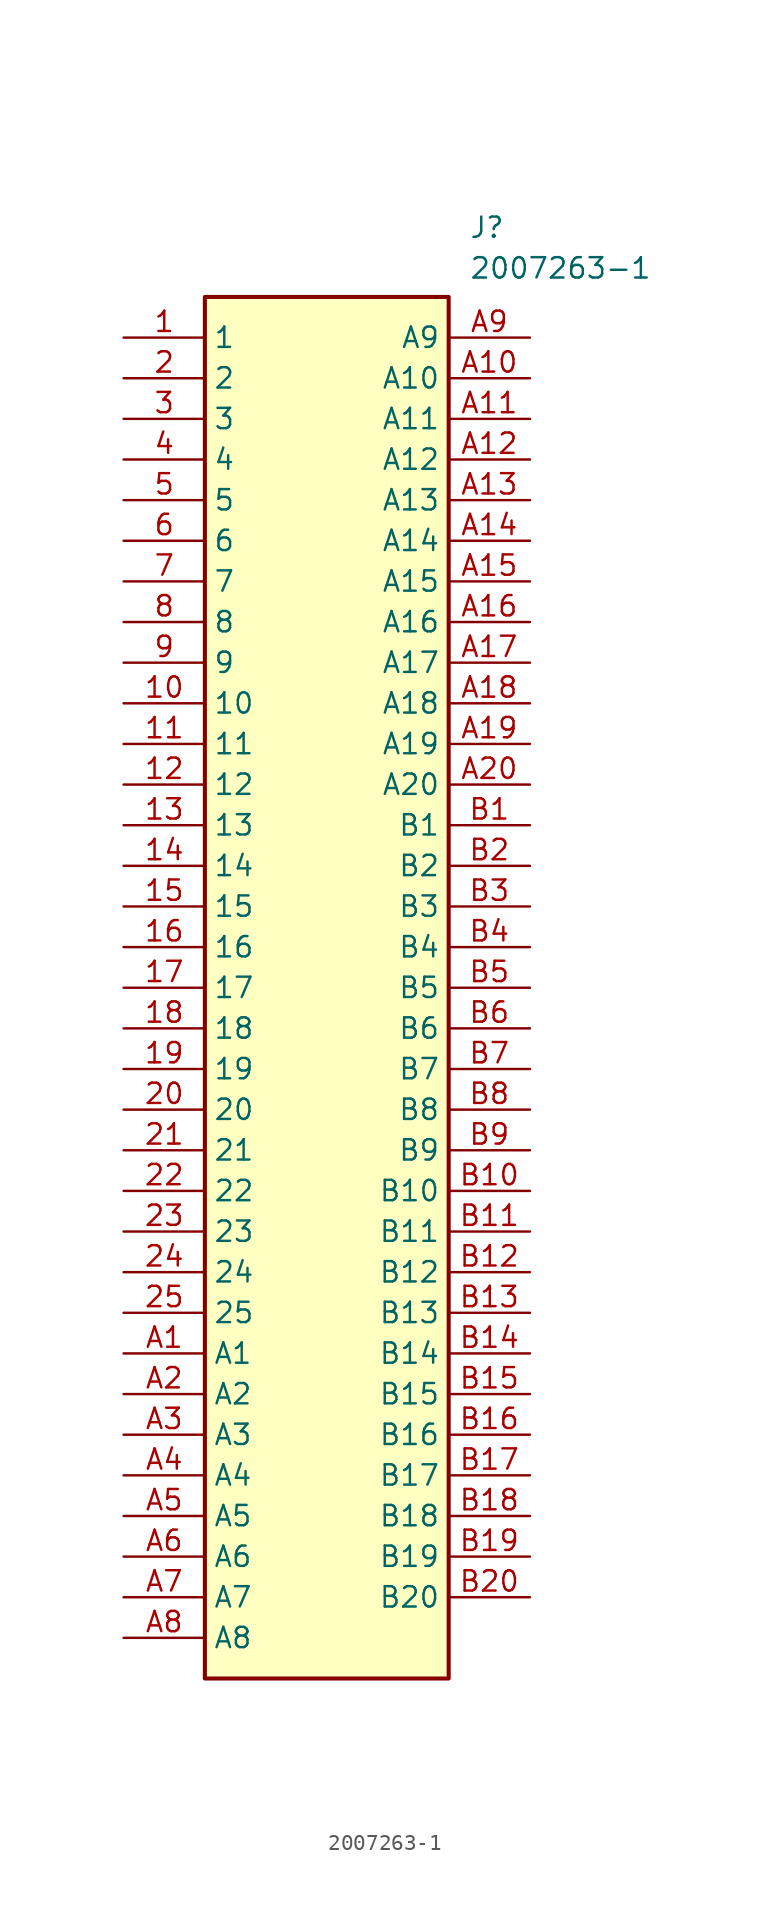
<source format=kicad_sym>
(kicad_symbol_lib
  (version 20211014)
  (generator SamacSys_ECAD_Model)
  (symbol "2007263-1"
    (property "Reference" "J"
      (at 21.59 7.62 0)
      (effects (font (size 1.27 1.27)) (justify left top)))
    (property "Value" "2007263-1"
      (at 21.59 5.08 0)
      (effects (font (size 1.27 1.27)) (justify left top)))
    (rectangle
      (start 5.08 2.54)
      (end 20.32 -83.82)
      (stroke (width 0.254) (type default))
      (fill (type background)))
    (pin passive line
      (at 0 0 0)
      (length 5.08)
      (name "1" (effects (font (size 1.27 1.27))))
      (number "1" (effects (font (size 1.27 1.27)))))
    (pin passive line
      (at 0 -2.54 0)
      (length 5.08)
      (name "2" (effects (font (size 1.27 1.27))))
      (number "2" (effects (font (size 1.27 1.27)))))
    (pin passive line
      (at 0 -5.08 0)
      (length 5.08)
      (name "3" (effects (font (size 1.27 1.27))))
      (number "3" (effects (font (size 1.27 1.27)))))
    (pin passive line
      (at 0 -7.62 0)
      (length 5.08)
      (name "4" (effects (font (size 1.27 1.27))))
      (number "4" (effects (font (size 1.27 1.27)))))
    (pin passive line
      (at 0 -10.16 0)
      (length 5.08)
      (name "5" (effects (font (size 1.27 1.27))))
      (number "5" (effects (font (size 1.27 1.27)))))
    (pin passive line
      (at 0 -12.7 0)
      (length 5.08)
      (name "6" (effects (font (size 1.27 1.27))))
      (number "6" (effects (font (size 1.27 1.27)))))
    (pin passive line
      (at 0 -15.24 0)
      (length 5.08)
      (name "7" (effects (font (size 1.27 1.27))))
      (number "7" (effects (font (size 1.27 1.27)))))
    (pin passive line
      (at 0 -17.78 0)
      (length 5.08)
      (name "8" (effects (font (size 1.27 1.27))))
      (number "8" (effects (font (size 1.27 1.27)))))
    (pin passive line
      (at 0 -20.32 0)
      (length 5.08)
      (name "9" (effects (font (size 1.27 1.27))))
      (number "9" (effects (font (size 1.27 1.27)))))
    (pin passive line
      (at 0 -22.86 0)
      (length 5.08)
      (name "10" (effects (font (size 1.27 1.27))))
      (number "10" (effects (font (size 1.27 1.27)))))
    (pin passive line
      (at 0 -25.4 0)
      (length 5.08)
      (name "11" (effects (font (size 1.27 1.27))))
      (number "11" (effects (font (size 1.27 1.27)))))
    (pin passive line
      (at 0 -27.94 0)
      (length 5.08)
      (name "12" (effects (font (size 1.27 1.27))))
      (number "12" (effects (font (size 1.27 1.27)))))
    (pin passive line
      (at 0 -30.48 0)
      (length 5.08)
      (name "13" (effects (font (size 1.27 1.27))))
      (number "13" (effects (font (size 1.27 1.27)))))
    (pin passive line
      (at 0 -33.02 0)
      (length 5.08)
      (name "14" (effects (font (size 1.27 1.27))))
      (number "14" (effects (font (size 1.27 1.27)))))
    (pin passive line
      (at 0 -35.56 0)
      (length 5.08)
      (name "15" (effects (font (size 1.27 1.27))))
      (number "15" (effects (font (size 1.27 1.27)))))
    (pin passive line
      (at 0 -38.1 0)
      (length 5.08)
      (name "16" (effects (font (size 1.27 1.27))))
      (number "16" (effects (font (size 1.27 1.27)))))
    (pin passive line
      (at 0 -40.64 0)
      (length 5.08)
      (name "17" (effects (font (size 1.27 1.27))))
      (number "17" (effects (font (size 1.27 1.27)))))
    (pin passive line
      (at 0 -43.18 0)
      (length 5.08)
      (name "18" (effects (font (size 1.27 1.27))))
      (number "18" (effects (font (size 1.27 1.27)))))
    (pin passive line
      (at 0 -45.72 0)
      (length 5.08)
      (name "19" (effects (font (size 1.27 1.27))))
      (number "19" (effects (font (size 1.27 1.27)))))
    (pin passive line
      (at 0 -48.26 0)
      (length 5.08)
      (name "20" (effects (font (size 1.27 1.27))))
      (number "20" (effects (font (size 1.27 1.27)))))
    (pin passive line
      (at 0 -50.8 0)
      (length 5.08)
      (name "21" (effects (font (size 1.27 1.27))))
      (number "21" (effects (font (size 1.27 1.27)))))
    (pin passive line
      (at 0 -53.34 0)
      (length 5.08)
      (name "22" (effects (font (size 1.27 1.27))))
      (number "22" (effects (font (size 1.27 1.27)))))
    (pin passive line
      (at 0 -55.88 0)
      (length 5.08)
      (name "23" (effects (font (size 1.27 1.27))))
      (number "23" (effects (font (size 1.27 1.27)))))
    (pin passive line
      (at 0 -58.42 0)
      (length 5.08)
      (name "24" (effects (font (size 1.27 1.27))))
      (number "24" (effects (font (size 1.27 1.27)))))
    (pin passive line
      (at 0 -60.96 0)
      (length 5.08)
      (name "25" (effects (font (size 1.27 1.27))))
      (number "25" (effects (font (size 1.27 1.27)))))
    (pin passive line
      (at 0 -63.5 0)
      (length 5.08)
      (name "A1" (effects (font (size 1.27 1.27))))
      (number "A1" (effects (font (size 1.27 1.27)))))
    (pin passive line
      (at 0 -66.04 0)
      (length 5.08)
      (name "A2" (effects (font (size 1.27 1.27))))
      (number "A2" (effects (font (size 1.27 1.27)))))
    (pin passive line
      (at 0 -68.58 0)
      (length 5.08)
      (name "A3" (effects (font (size 1.27 1.27))))
      (number "A3" (effects (font (size 1.27 1.27)))))
    (pin passive line
      (at 0 -71.12 0)
      (length 5.08)
      (name "A4" (effects (font (size 1.27 1.27))))
      (number "A4" (effects (font (size 1.27 1.27)))))
    (pin passive line
      (at 0 -73.66 0)
      (length 5.08)
      (name "A5" (effects (font (size 1.27 1.27))))
      (number "A5" (effects (font (size 1.27 1.27)))))
    (pin passive line
      (at 0 -76.2 0)
      (length 5.08)
      (name "A6" (effects (font (size 1.27 1.27))))
      (number "A6" (effects (font (size 1.27 1.27)))))
    (pin passive line
      (at 0 -78.74 0)
      (length 5.08)
      (name "A7" (effects (font (size 1.27 1.27))))
      (number "A7" (effects (font (size 1.27 1.27)))))
    (pin passive line
      (at 0 -81.28 0)
      (length 5.08)
      (name "A8" (effects (font (size 1.27 1.27))))
      (number "A8" (effects (font (size 1.27 1.27)))))
    (pin passive line
      (at 25.4 0 180)
      (length 5.08)
      (name "A9" (effects (font (size 1.27 1.27))))
      (number "A9" (effects (font (size 1.27 1.27)))))
    (pin passive line
      (at 25.4 -2.54 180)
      (length 5.08)
      (name "A10" (effects (font (size 1.27 1.27))))
      (number "A10" (effects (font (size 1.27 1.27)))))
    (pin passive line
      (at 25.4 -5.08 180)
      (length 5.08)
      (name "A11" (effects (font (size 1.27 1.27))))
      (number "A11" (effects (font (size 1.27 1.27)))))
    (pin passive line
      (at 25.4 -7.62 180)
      (length 5.08)
      (name "A12" (effects (font (size 1.27 1.27))))
      (number "A12" (effects (font (size 1.27 1.27)))))
    (pin passive line
      (at 25.4 -10.16 180)
      (length 5.08)
      (name "A13" (effects (font (size 1.27 1.27))))
      (number "A13" (effects (font (size 1.27 1.27)))))
    (pin passive line
      (at 25.4 -12.7 180)
      (length 5.08)
      (name "A14" (effects (font (size 1.27 1.27))))
      (number "A14" (effects (font (size 1.27 1.27)))))
    (pin passive line
      (at 25.4 -15.24 180)
      (length 5.08)
      (name "A15" (effects (font (size 1.27 1.27))))
      (number "A15" (effects (font (size 1.27 1.27)))))
    (pin passive line
      (at 25.4 -17.78 180)
      (length 5.08)
      (name "A16" (effects (font (size 1.27 1.27))))
      (number "A16" (effects (font (size 1.27 1.27)))))
    (pin passive line
      (at 25.4 -20.32 180)
      (length 5.08)
      (name "A17" (effects (font (size 1.27 1.27))))
      (number "A17" (effects (font (size 1.27 1.27)))))
    (pin passive line
      (at 25.4 -22.86 180)
      (length 5.08)
      (name "A18" (effects (font (size 1.27 1.27))))
      (number "A18" (effects (font (size 1.27 1.27)))))
    (pin passive line
      (at 25.4 -25.4 180)
      (length 5.08)
      (name "A19" (effects (font (size 1.27 1.27))))
      (number "A19" (effects (font (size 1.27 1.27)))))
    (pin passive line
      (at 25.4 -27.94 180)
      (length 5.08)
      (name "A20" (effects (font (size 1.27 1.27))))
      (number "A20" (effects (font (size 1.27 1.27)))))
    (pin passive line
      (at 25.4 -30.48 180)
      (length 5.08)
      (name "B1" (effects (font (size 1.27 1.27))))
      (number "B1" (effects (font (size 1.27 1.27)))))
    (pin passive line
      (at 25.4 -33.02 180)
      (length 5.08)
      (name "B2" (effects (font (size 1.27 1.27))))
      (number "B2" (effects (font (size 1.27 1.27)))))
    (pin passive line
      (at 25.4 -35.56 180)
      (length 5.08)
      (name "B3" (effects (font (size 1.27 1.27))))
      (number "B3" (effects (font (size 1.27 1.27)))))
    (pin passive line
      (at 25.4 -38.1 180)
      (length 5.08)
      (name "B4" (effects (font (size 1.27 1.27))))
      (number "B4" (effects (font (size 1.27 1.27)))))
    (pin passive line
      (at 25.4 -40.64 180)
      (length 5.08)
      (name "B5" (effects (font (size 1.27 1.27))))
      (number "B5" (effects (font (size 1.27 1.27)))))
    (pin passive line
      (at 25.4 -43.18 180)
      (length 5.08)
      (name "B6" (effects (font (size 1.27 1.27))))
      (number "B6" (effects (font (size 1.27 1.27)))))
    (pin passive line
      (at 25.4 -45.72 180)
      (length 5.08)
      (name "B7" (effects (font (size 1.27 1.27))))
      (number "B7" (effects (font (size 1.27 1.27)))))
    (pin passive line
      (at 25.4 -48.26 180)
      (length 5.08)
      (name "B8" (effects (font (size 1.27 1.27))))
      (number "B8" (effects (font (size 1.27 1.27)))))
    (pin passive line
      (at 25.4 -50.8 180)
      (length 5.08)
      (name "B9" (effects (font (size 1.27 1.27))))
      (number "B9" (effects (font (size 1.27 1.27)))))
    (pin passive line
      (at 25.4 -53.34 180)
      (length 5.08)
      (name "B10" (effects (font (size 1.27 1.27))))
      (number "B10" (effects (font (size 1.27 1.27)))))
    (pin passive line
      (at 25.4 -55.88 180)
      (length 5.08)
      (name "B11" (effects (font (size 1.27 1.27))))
      (number "B11" (effects (font (size 1.27 1.27)))))
    (pin passive line
      (at 25.4 -58.42 180)
      (length 5.08)
      (name "B12" (effects (font (size 1.27 1.27))))
      (number "B12" (effects (font (size 1.27 1.27)))))
    (pin passive line
      (at 25.4 -60.96 180)
      (length 5.08)
      (name "B13" (effects (font (size 1.27 1.27))))
      (number "B13" (effects (font (size 1.27 1.27)))))
    (pin passive line
      (at 25.4 -63.5 180)
      (length 5.08)
      (name "B14" (effects (font (size 1.27 1.27))))
      (number "B14" (effects (font (size 1.27 1.27)))))
    (pin passive line
      (at 25.4 -66.04 180)
      (length 5.08)
      (name "B15" (effects (font (size 1.27 1.27))))
      (number "B15" (effects (font (size 1.27 1.27)))))
    (pin passive line
      (at 25.4 -68.58 180)
      (length 5.08)
      (name "B16" (effects (font (size 1.27 1.27))))
      (number "B16" (effects (font (size 1.27 1.27)))))
    (pin passive line
      (at 25.4 -71.12 180)
      (length 5.08)
      (name "B17" (effects (font (size 1.27 1.27))))
      (number "B17" (effects (font (size 1.27 1.27)))))
    (pin passive line
      (at 25.4 -73.66 180)
      (length 5.08)
      (name "B18" (effects (font (size 1.27 1.27))))
      (number "B18" (effects (font (size 1.27 1.27)))))
    (pin passive line
      (at 25.4 -76.2 180)
      (length 5.08)
      (name "B19" (effects (font (size 1.27 1.27))))
      (number "B19" (effects (font (size 1.27 1.27)))))
    (pin passive line
      (at 25.4 -78.74 180)
      (length 5.08)
      (name "B20" (effects (font (size 1.27 1.27))))
      (number "B20" (effects (font (size 1.27 1.27)))))))
</source>
